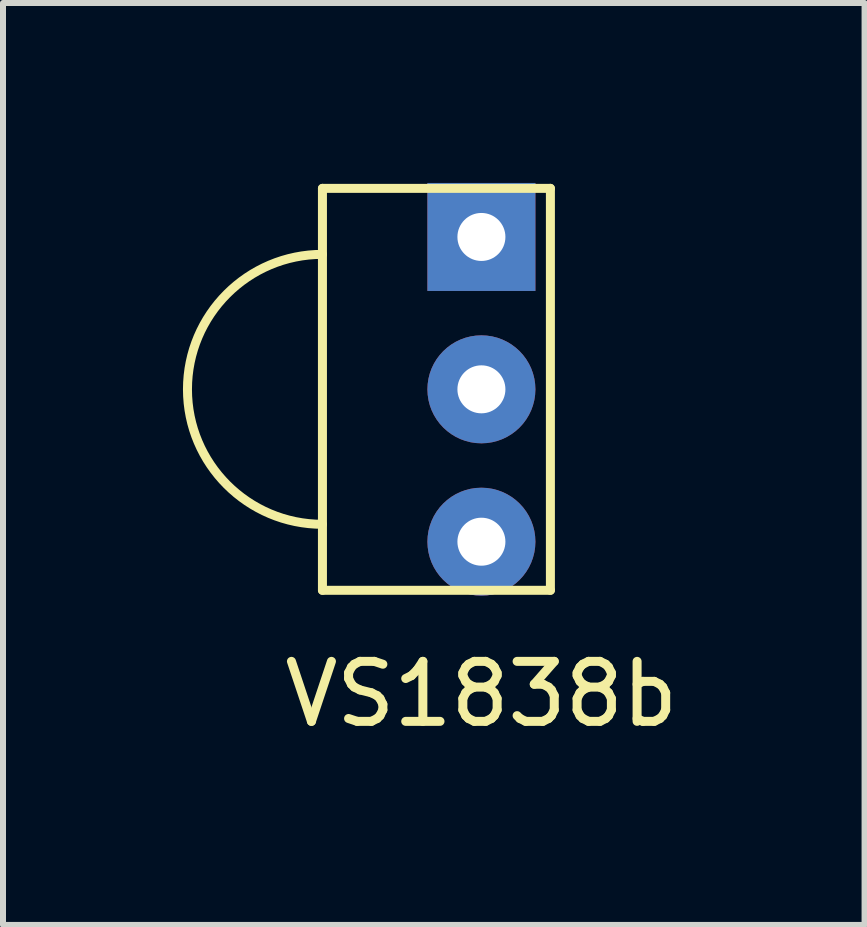
<source format=kicad_pcb>
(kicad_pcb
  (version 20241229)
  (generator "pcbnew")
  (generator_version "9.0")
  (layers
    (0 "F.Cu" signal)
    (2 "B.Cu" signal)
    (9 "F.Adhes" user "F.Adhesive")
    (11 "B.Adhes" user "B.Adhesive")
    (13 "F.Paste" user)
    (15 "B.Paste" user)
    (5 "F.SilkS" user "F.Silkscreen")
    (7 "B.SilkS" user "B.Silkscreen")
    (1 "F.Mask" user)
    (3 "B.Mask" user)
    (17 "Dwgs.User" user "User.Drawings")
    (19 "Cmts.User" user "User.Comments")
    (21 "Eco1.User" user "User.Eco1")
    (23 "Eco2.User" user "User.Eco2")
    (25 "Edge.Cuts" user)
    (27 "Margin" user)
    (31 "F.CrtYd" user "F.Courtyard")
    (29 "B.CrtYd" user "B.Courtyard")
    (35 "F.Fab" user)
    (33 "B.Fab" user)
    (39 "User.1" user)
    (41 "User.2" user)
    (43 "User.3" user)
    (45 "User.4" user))
  (footprint "VS1838b"
    (layer "F.Cu")
    (at 4.975 3.44)
    (property "Reference" "VS1838b" (at 0 5.08 0) (layer "F.SilkS") (effects (font (size 1 1) (thickness 0.15))))
    (attr through_hole)
    (fp_line (start -2.65 -3.35) (end -2.65 3.35) (stroke (width 0.15) (type solid)) (layer "F.SilkS"))
    (fp_line (start 1.15 -3.35) (end -2.65 -3.35) (stroke (width 0.15) (type solid)) (layer "F.SilkS"))
    (fp_line (start 1.15 -3.35) (end 1.15 3.35) (stroke (width 0.15) (type solid)) (layer "F.SilkS"))
    (fp_line (start 1.15 3.35) (end -2.65 3.35) (stroke (width 0.15) (type solid)) (layer "F.SilkS"))
    (fp_arc (start -2.65 2.25) (mid -4.9 0) (end -2.65 -2.25) (stroke (width 0.15) (type solid)) (layer "F.SilkS"))
    (pad "1" thru_hole rect (at 0 -2.54) (size 1.8 1.8) (drill 0.8) (layers "*.Cu" "*.Mask"))
    (pad "2" thru_hole circle (at 0 0) (size 1.8 1.8) (drill 0.8) (layers "*.Cu" "*.Mask"))
    (pad "3" thru_hole circle (at 0 2.54) (size 1.8 1.8) (drill 0.8) (layers "*.Cu" "*.Mask")))
  (gr_rect
    (start -3 -3)
    (end 11.362 12.368)
    (stroke (width 0.1) (type default))
    (fill no)
    (layer "Edge.Cuts")))
</source>
